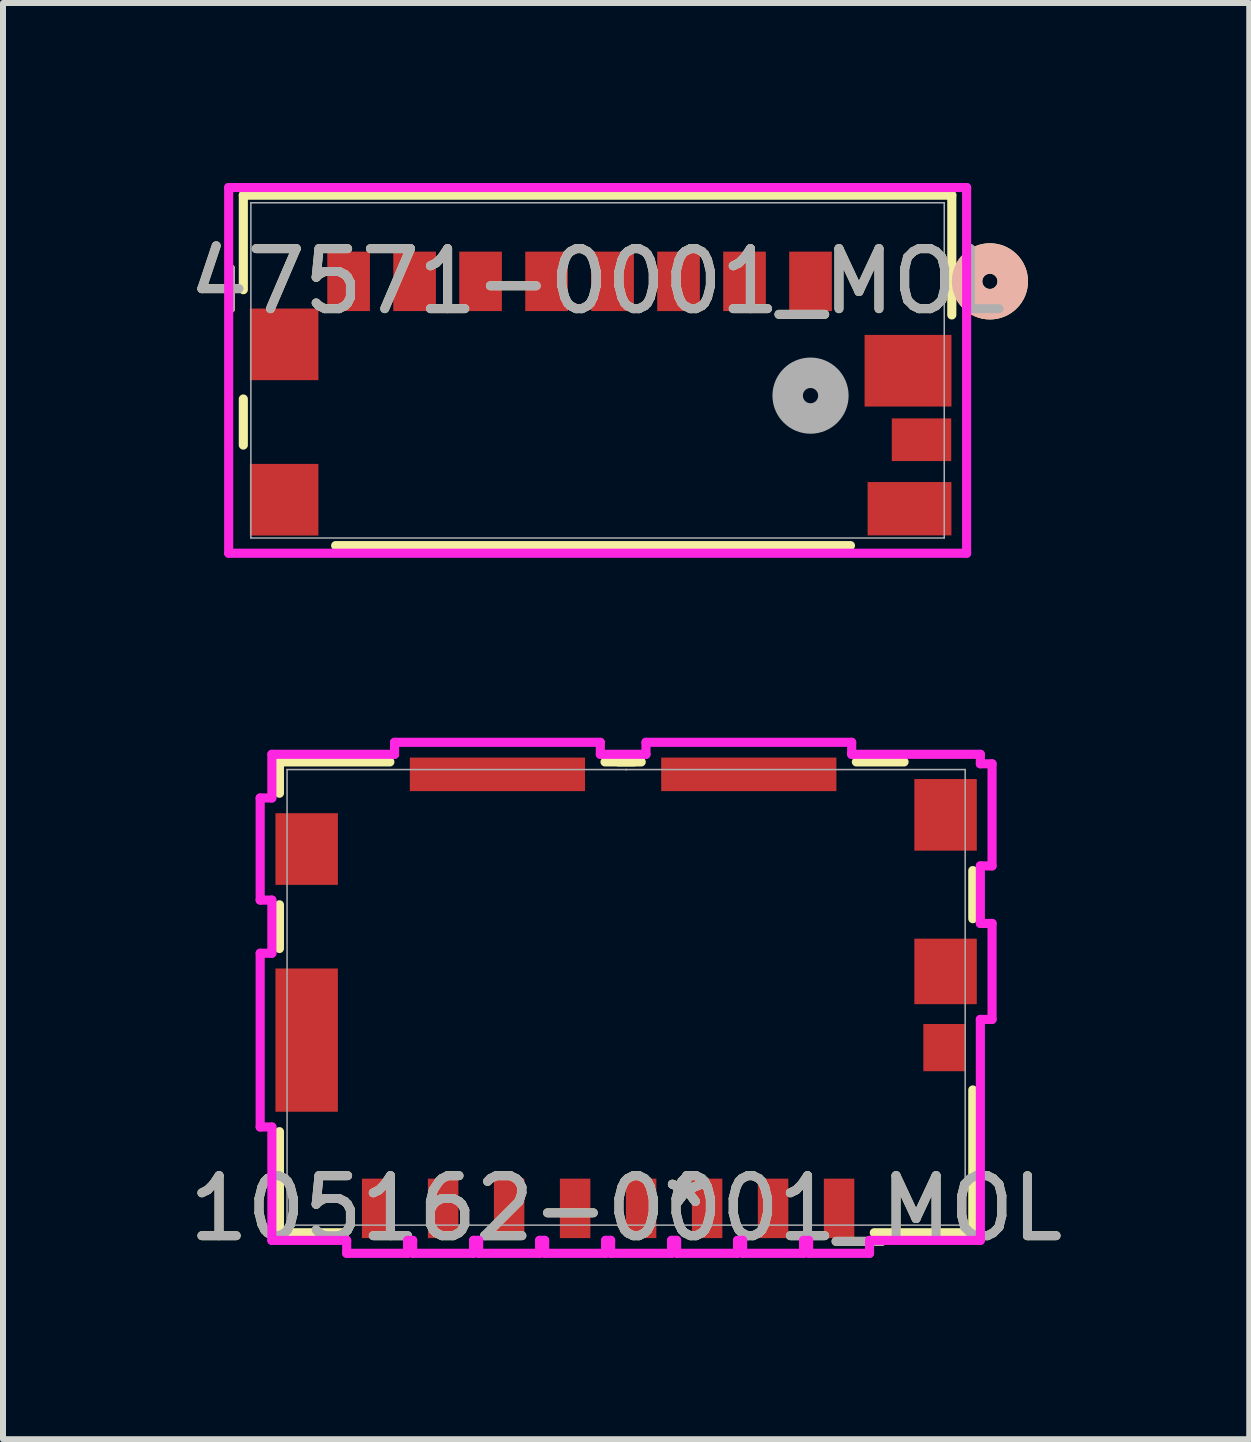
<source format=kicad_pcb>
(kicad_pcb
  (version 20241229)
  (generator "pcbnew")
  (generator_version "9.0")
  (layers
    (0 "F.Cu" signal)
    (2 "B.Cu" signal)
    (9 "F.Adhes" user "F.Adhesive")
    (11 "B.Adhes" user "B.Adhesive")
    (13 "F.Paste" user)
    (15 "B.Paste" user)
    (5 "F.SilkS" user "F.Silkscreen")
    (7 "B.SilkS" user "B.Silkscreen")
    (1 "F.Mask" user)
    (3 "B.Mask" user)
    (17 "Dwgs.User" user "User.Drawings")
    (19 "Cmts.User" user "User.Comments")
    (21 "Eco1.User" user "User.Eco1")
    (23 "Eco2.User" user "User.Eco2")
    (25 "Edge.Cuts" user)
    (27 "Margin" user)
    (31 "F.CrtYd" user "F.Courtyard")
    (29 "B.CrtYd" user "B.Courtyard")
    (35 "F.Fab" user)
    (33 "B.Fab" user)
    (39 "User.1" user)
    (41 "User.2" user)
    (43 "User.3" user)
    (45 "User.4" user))
  (footprint "105162-0001_MOL"
    (layer "F.Cu")
    (at 7.387 13.575)
    (property "Reference" "105162-0001_MOL" (at 0 3.518 0) (unlocked yes) (layer "F.SilkS") (effects (font (size 1 1) (thickness 0.15))))
    (attr smd)
    (fp_line (start -5.779 -3.924) (end -5.779 -3.402) (stroke (width 0.152) (type solid)) (layer "F.SilkS"))
    (fp_line (start -5.779 -1.543) (end -5.779 -0.814) (stroke (width 0.152) (type solid)) (layer "F.SilkS"))
    (fp_line (start -5.779 2.239) (end -5.779 3.924) (stroke (width 0.152) (type solid)) (layer "F.SilkS"))
    (fp_line (start -5.779 3.924) (end -4.737 3.924) (stroke (width 0.152) (type solid)) (layer "F.SilkS"))
    (fp_line (start -3.938 -3.924) (end -5.779 -3.924) (stroke (width 0.152) (type solid)) (layer "F.SilkS"))
    (fp_line (start 0.127 -3.924) (end -0.127 -3.924) (stroke (width 0.152) (type solid)) (layer "F.SilkS"))
    (fp_line (start 0.252 -3.924) (end -0.352 -3.924) (stroke (width 0.152) (type solid)) (layer "F.SilkS"))
    (fp_line (start 4.137 3.924) (end 5.779 3.924) (stroke (width 0.152) (type solid)) (layer "F.SilkS"))
    (fp_line (start 4.633 -3.924) (end 3.838 -3.924) (stroke (width 0.152) (type solid)) (layer "F.SilkS"))
    (fp_line (start 5.779 -1.311) (end 5.779 -2.113) (stroke (width 0.152) (type solid)) (layer "F.SilkS"))
    (fp_line (start 5.779 3.924) (end 5.779 1.544) (stroke (width 0.152) (type solid)) (layer "F.SilkS"))
    (fp_line (start -6.1 -0.735) (end -6.1 2.161) (stroke (width 0.152) (type solid)) (layer "F.CrtYd"))
    (fp_line (start -6.1 2.161) (end -5.905 2.161) (stroke (width 0.152) (type solid)) (layer "F.CrtYd"))
    (fp_line (start -6.1 -3.323) (end -6.1 -1.621) (stroke (width 0.152) (type solid)) (layer "F.CrtYd"))
    (fp_line (start -6.1 -1.621) (end -5.905 -1.621) (stroke (width 0.152) (type solid)) (layer "F.CrtYd"))
    (fp_line (start -5.905 -4.051) (end -5.905 -3.323) (stroke (width 0.152) (type solid)) (layer "F.CrtYd"))
    (fp_line (start -5.905 -3.323) (end -6.1 -3.323) (stroke (width 0.152) (type solid)) (layer "F.CrtYd"))
    (fp_line (start -5.905 -1.621) (end -5.905 -0.735) (stroke (width 0.152) (type solid)) (layer "F.CrtYd"))
    (fp_line (start -5.905 -0.735) (end -6.1 -0.735) (stroke (width 0.152) (type solid)) (layer "F.CrtYd"))
    (fp_line (start -5.905 2.161) (end -5.905 4.051) (stroke (width 0.152) (type solid)) (layer "F.CrtYd"))
    (fp_line (start -5.905 4.051) (end -4.658 4.051) (stroke (width 0.152) (type solid)) (layer "F.CrtYd"))
    (fp_line (start -4.658 4.051) (end -4.658 4.267) (stroke (width 0.152) (type solid)) (layer "F.CrtYd"))
    (fp_line (start -4.658 4.267) (end -3.642 4.267) (stroke (width 0.152) (type solid)) (layer "F.CrtYd"))
    (fp_line (start -3.86 -4.251) (end -3.86 -4.051) (stroke (width 0.152) (type solid)) (layer "F.CrtYd"))
    (fp_line (start -3.86 -4.051) (end -5.905 -4.051) (stroke (width 0.152) (type solid)) (layer "F.CrtYd"))
    (fp_line (start -3.642 4.051) (end -3.558 4.051) (stroke (width 0.152) (type solid)) (layer "F.CrtYd"))
    (fp_line (start -3.642 4.267) (end -3.642 4.051) (stroke (width 0.152) (type solid)) (layer "F.CrtYd"))
    (fp_line (start -3.558 4.051) (end -3.558 4.267) (stroke (width 0.152) (type solid)) (layer "F.CrtYd"))
    (fp_line (start -3.558 4.267) (end -2.542 4.267) (stroke (width 0.152) (type solid)) (layer "F.CrtYd"))
    (fp_line (start -2.542 4.051) (end -2.458 4.051) (stroke (width 0.152) (type solid)) (layer "F.CrtYd"))
    (fp_line (start -2.542 4.267) (end -2.542 4.051) (stroke (width 0.152) (type solid)) (layer "F.CrtYd"))
    (fp_line (start -2.458 4.051) (end -2.458 4.267) (stroke (width 0.152) (type solid)) (layer "F.CrtYd"))
    (fp_line (start -2.458 4.267) (end -1.442 4.267) (stroke (width 0.152) (type solid)) (layer "F.CrtYd"))
    (fp_line (start -1.442 4.051) (end -1.358 4.051) (stroke (width 0.152) (type solid)) (layer "F.CrtYd"))
    (fp_line (start -1.442 4.267) (end -1.442 4.051) (stroke (width 0.152) (type solid)) (layer "F.CrtYd"))
    (fp_line (start -1.358 4.051) (end -1.358 4.267) (stroke (width 0.152) (type solid)) (layer "F.CrtYd"))
    (fp_line (start -1.358 4.267) (end -0.342 4.267) (stroke (width 0.152) (type solid)) (layer "F.CrtYd"))
    (fp_line (start -0.43 -4.251) (end -3.86 -4.251) (stroke (width 0.152) (type solid)) (layer "F.CrtYd"))
    (fp_line (start -0.43 -4.051) (end -0.43 -4.251) (stroke (width 0.152) (type solid)) (layer "F.CrtYd"))
    (fp_line (start -0.342 4.051) (end -0.258 4.051) (stroke (width 0.152) (type solid)) (layer "F.CrtYd"))
    (fp_line (start -0.342 4.267) (end -0.342 4.051) (stroke (width 0.152) (type solid)) (layer "F.CrtYd"))
    (fp_line (start -0.258 4.051) (end -0.258 4.267) (stroke (width 0.152) (type solid)) (layer "F.CrtYd"))
    (fp_line (start -0.258 4.267) (end 0.758 4.267) (stroke (width 0.152) (type solid)) (layer "F.CrtYd"))
    (fp_line (start 0.331 -4.251) (end 0.331 -4.051) (stroke (width 0.152) (type solid)) (layer "F.CrtYd"))
    (fp_line (start 0.331 -4.051) (end -0.43 -4.051) (stroke (width 0.152) (type solid)) (layer "F.CrtYd"))
    (fp_line (start 0.758 4.051) (end 0.842 4.051) (stroke (width 0.152) (type solid)) (layer "F.CrtYd"))
    (fp_line (start 0.758 4.267) (end 0.758 4.051) (stroke (width 0.152) (type solid)) (layer "F.CrtYd"))
    (fp_line (start 0.842 4.051) (end 0.842 4.267) (stroke (width 0.152) (type solid)) (layer "F.CrtYd"))
    (fp_line (start 0.842 4.267) (end 1.858 4.267) (stroke (width 0.152) (type solid)) (layer "F.CrtYd"))
    (fp_line (start 1.858 4.051) (end 1.942 4.051) (stroke (width 0.152) (type solid)) (layer "F.CrtYd"))
    (fp_line (start 1.858 4.267) (end 1.858 4.051) (stroke (width 0.152) (type solid)) (layer "F.CrtYd"))
    (fp_line (start 1.942 4.051) (end 1.942 4.267) (stroke (width 0.152) (type solid)) (layer "F.CrtYd"))
    (fp_line (start 1.942 4.267) (end 2.958 4.267) (stroke (width 0.152) (type solid)) (layer "F.CrtYd"))
    (fp_line (start 2.958 4.051) (end 3.042 4.051) (stroke (width 0.152) (type solid)) (layer "F.CrtYd"))
    (fp_line (start 2.958 4.267) (end 2.958 4.051) (stroke (width 0.152) (type solid)) (layer "F.CrtYd"))
    (fp_line (start 3.042 4.051) (end 3.042 4.267) (stroke (width 0.152) (type solid)) (layer "F.CrtYd"))
    (fp_line (start 3.042 4.267) (end 4.058 4.267) (stroke (width 0.152) (type solid)) (layer "F.CrtYd"))
    (fp_line (start 3.76 -4.251) (end 0.331 -4.251) (stroke (width 0.152) (type solid)) (layer "F.CrtYd"))
    (fp_line (start 3.76 -4.051) (end 3.76 -4.251) (stroke (width 0.152) (type solid)) (layer "F.CrtYd"))
    (fp_line (start 4.058 4.051) (end 5.905 4.051) (stroke (width 0.152) (type solid)) (layer "F.CrtYd"))
    (fp_line (start 4.058 4.267) (end 4.058 4.051) (stroke (width 0.152) (type solid)) (layer "F.CrtYd"))
    (fp_line (start 5.905 -4.051) (end 3.76 -4.051) (stroke (width 0.152) (type solid)) (layer "F.CrtYd"))
    (fp_line (start 5.905 -3.893) (end 5.905 -4.051) (stroke (width 0.152) (type solid)) (layer "F.CrtYd"))
    (fp_line (start 5.905 -2.191) (end 6.1 -2.191) (stroke (width 0.152) (type solid)) (layer "F.CrtYd"))
    (fp_line (start 5.905 -1.232) (end 5.905 -2.191) (stroke (width 0.152) (type solid)) (layer "F.CrtYd"))
    (fp_line (start 5.905 0.368) (end 6.1 0.368) (stroke (width 0.152) (type solid)) (layer "F.CrtYd"))
    (fp_line (start 5.905 4.051) (end 5.905 0.368) (stroke (width 0.152) (type solid)) (layer "F.CrtYd"))
    (fp_line (start 6.1 -3.893) (end 5.905 -3.893) (stroke (width 0.152) (type solid)) (layer "F.CrtYd"))
    (fp_line (start 6.1 -2.191) (end 6.1 -3.893) (stroke (width 0.152) (type solid)) (layer "F.CrtYd"))
    (fp_line (start 6.1 -1.232) (end 5.905 -1.232) (stroke (width 0.152) (type solid)) (layer "F.CrtYd"))
    (fp_line (start 6.1 0.368) (end 6.1 -1.232) (stroke (width 0.152) (type solid)) (layer "F.CrtYd"))
    (fp_line (start -5.652 -3.797) (end -5.652 3.797) (stroke (width 0.025) (type solid)) (layer "F.Fab"))
    (fp_line (start -5.652 3.797) (end 5.652 3.797) (stroke (width 0.025) (type solid)) (layer "F.Fab"))
    (fp_line (start 0 -3.797) (end 0 -3.797) (stroke (width 0.025) (type solid)) (layer "F.Fab"))
    (fp_line (start 0 -3.797) (end 0 -3.797) (stroke (width 0.025) (type solid)) (layer "F.Fab"))
    (fp_line (start 0 -3.797) (end 0 -3.797) (stroke (width 0.025) (type solid)) (layer "F.Fab"))
    (fp_line (start 0 -3.797) (end 0 -3.797) (stroke (width 0.025) (type solid)) (layer "F.Fab"))
    (fp_line (start 5.652 -3.797) (end -5.652 -3.797) (stroke (width 0.025) (type solid)) (layer "F.Fab"))
    (fp_line (start 5.652 3.797) (end 5.652 -3.797) (stroke (width 0.025) (type solid)) (layer "F.Fab"))
    (fp_text user "*" (at 1.01 3.518 0) (unlocked yes) (layer "F.SilkS") (effects (font (size 1 1) (thickness 0.15))))
    (fp_text user "*" (at 1.01 3.518 0) (layer "F.SilkS") (effects (font (size 1 1) (thickness 0.15))))
    (fp_text user "*" (at 1.01 3.518 0) (layer "F.Fab") (effects (font (size 1 1) (thickness 0.15))))
    (fp_text user "${REFERENCE}" (at 0 3.518 0) (unlocked yes) (layer "F.Fab") (effects (font (size 1 1) (thickness 0.15))))
    (fp_text user "*" (at 1.01 3.518 0) (unlocked yes) (layer "F.Fab") (effects (font (size 1 1) (thickness 0.15))))
    (pad "14" smd rect (at -2.145 -3.717) (size 2.921 0.559) (layers "F.Cu" "F.Mask" "F.Paste"))
    (pad "15" smd rect (at 2.045 -3.717) (size 2.921 0.559) (layers "F.Cu" "F.Mask" "F.Paste"))
    (pad "G1" smd rect (at 5.325 -0.432) (size 1.041 1.092) (layers "F.Cu" "F.Mask" "F.Paste"))
    (pad "G2" smd rect (at 5.325 -3.042) (size 1.041 1.194) (layers "F.Cu" "F.Mask" "F.Paste"))
    (pad "G3" smd rect (at -5.325 -2.472) (size 1.041 1.194) (layers "F.Cu" "F.Mask" "F.Paste"))
    (pad "G4" smd rect (at -5.325 0.713) (size 1.041 2.388) (layers "F.Cu" "F.Mask" "F.Paste"))
    (pad "P1" smd rect (at 3.55 3.518) (size 0.508 0.991) (layers "F.Cu" "F.Mask" "F.Paste"))
    (pad "P2" smd rect (at 2.45 3.518) (size 0.508 0.991) (layers "F.Cu" "F.Mask" "F.Paste"))
    (pad "P3" smd rect (at 1.35 3.518) (size 0.508 0.991) (layers "F.Cu" "F.Mask" "F.Paste"))
    (pad "P4" smd rect (at 0.25 3.518) (size 0.508 0.991) (layers "F.Cu" "F.Mask" "F.Paste"))
    (pad "P5" smd rect (at -0.85 3.518) (size 0.508 0.991) (layers "F.Cu" "F.Mask" "F.Paste"))
    (pad "P6" smd rect (at -1.95 3.518) (size 0.508 0.991) (layers "F.Cu" "F.Mask" "F.Paste"))
    (pad "P7" smd rect (at -3.05 3.518) (size 0.508 0.991) (layers "F.Cu" "F.Mask" "F.Paste"))
    (pad "P8" smd rect (at -4.15 3.518) (size 0.508 0.991) (layers "F.Cu" "F.Mask" "F.Paste"))
    (pad "P9" smd rect (at 5.31 0.838) (size 0.711 0.787) (layers "F.Cu" "F.Mask" "F.Paste")))
  (footprint "47571-0001_MOL"
    (layer "F.Cu")
    (at 6.911 3.124)
    (property "Reference" "47571-0001_MOL" (at 0 -1.484 0) (unlocked yes) (layer "F.SilkS") (effects (font (size 1 1) (thickness 0.15))))
    (attr smd)
    (fp_line (start -5.905 -2.921) (end -5.905 -1.345) (stroke (width 0.152) (type solid)) (layer "F.SilkS"))
    (fp_line (start -5.905 0.477) (end -5.905 1.245) (stroke (width 0.152) (type solid)) (layer "F.SilkS"))
    (fp_line (start -4.366 2.921) (end 4.216 2.921) (stroke (width 0.152) (type solid)) (layer "F.SilkS"))
    (fp_line (start 5.905 -2.921) (end -5.905 -2.921) (stroke (width 0.152) (type solid)) (layer "F.SilkS"))
    (fp_line (start 5.905 -0.924) (end 5.905 -2.921) (stroke (width 0.152) (type solid)) (layer "F.SilkS"))
    (fp_circle (center 6.54 -1.484) (end 6.921 -1.484) (stroke (width 0.508) (type solid)) (fill no) (layer "F.SilkS"))
    (fp_circle (center 6.54 -1.484) (end 6.921 -1.484) (stroke (width 0.508) (type solid)) (fill no) (layer "B.SilkS"))
    (fp_line (start -6.149 -3.048) (end -6.149 3.048) (stroke (width 0.152) (type solid)) (layer "F.CrtYd"))
    (fp_line (start -6.149 3.048) (end 6.152 3.048) (stroke (width 0.152) (type solid)) (layer "F.CrtYd"))
    (fp_line (start 6.152 -3.048) (end -6.149 -3.048) (stroke (width 0.152) (type solid)) (layer "F.CrtYd"))
    (fp_line (start 6.152 3.048) (end 6.152 -3.048) (stroke (width 0.152) (type solid)) (layer "F.CrtYd"))
    (fp_line (start -5.779 -2.794) (end -5.779 2.794) (stroke (width 0.025) (type solid)) (layer "F.Fab"))
    (fp_line (start -5.779 2.794) (end 5.779 2.794) (stroke (width 0.025) (type solid)) (layer "F.Fab"))
    (fp_line (start 5.779 -2.794) (end -5.779 -2.794) (stroke (width 0.025) (type solid)) (layer "F.Fab"))
    (fp_line (start 5.779 2.794) (end 5.779 -2.794) (stroke (width 0.025) (type solid)) (layer "F.Fab"))
    (fp_circle (center 3.55 0.421) (end 3.931 0.421) (stroke (width 0.508) (type solid)) (fill no) (layer "F.Fab"))
    (fp_text user "${REFERENCE}" (at 0 -1.484 0) (unlocked yes) (layer "F.Fab") (effects (font (size 1 1) (thickness 0.15))))
    (pad "G1" smd rect (at -5.225 -0.434 90) (size 1.194 1.143) (layers "F.Cu" "F.Mask" "F.Paste"))
    (pad "G2" smd rect (at -5.225 2.156 90) (size 1.194 1.143) (layers "F.Cu" "F.Mask" "F.Paste"))
    (pad "G3" smd rect (at 5.175 0.006 90) (size 1.194 1.448) (layers "F.Cu" "F.Mask" "F.Paste"))
    (pad "G4" smd rect (at 5.4 1.156) (size 0.991 0.711) (layers "F.Cu" "F.Mask" "F.Paste"))
    (pad "G5" smd rect (at 5.2 2.306) (size 1.397 0.889) (layers "F.Cu" "F.Mask" "F.Paste"))
    (pad "P1" smd rect (at 3.55 -1.484) (size 0.711 0.991) (layers "F.Cu" "F.Mask" "F.Paste"))
    (pad "P2" smd rect (at 2.45 -1.484) (size 0.711 0.991) (layers "F.Cu" "F.Mask" "F.Paste"))
    (pad "P3" smd rect (at 1.35 -1.484) (size 0.711 0.991) (layers "F.Cu" "F.Mask" "F.Paste"))
    (pad "P4" smd rect (at 0.25 -1.484) (size 0.711 0.991) (layers "F.Cu" "F.Mask" "F.Paste"))
    (pad "P5" smd rect (at -0.85 -1.484) (size 0.711 0.991) (layers "F.Cu" "F.Mask" "F.Paste"))
    (pad "P6" smd rect (at -1.95 -1.484) (size 0.711 0.991) (layers "F.Cu" "F.Mask" "F.Paste"))
    (pad "P7" smd rect (at -3.05 -1.484) (size 0.711 0.991) (layers "F.Cu" "F.Mask" "F.Paste"))
    (pad "P8" smd rect (at -4.15 -1.484) (size 0.711 0.991) (layers "F.Cu" "F.Mask" "F.Paste")))
  (gr_rect
    (start -3 -3)
    (end 17.774 20.941)
    (stroke (width 0.1) (type default))
    (fill no)
    (layer "Edge.Cuts")))
</source>
